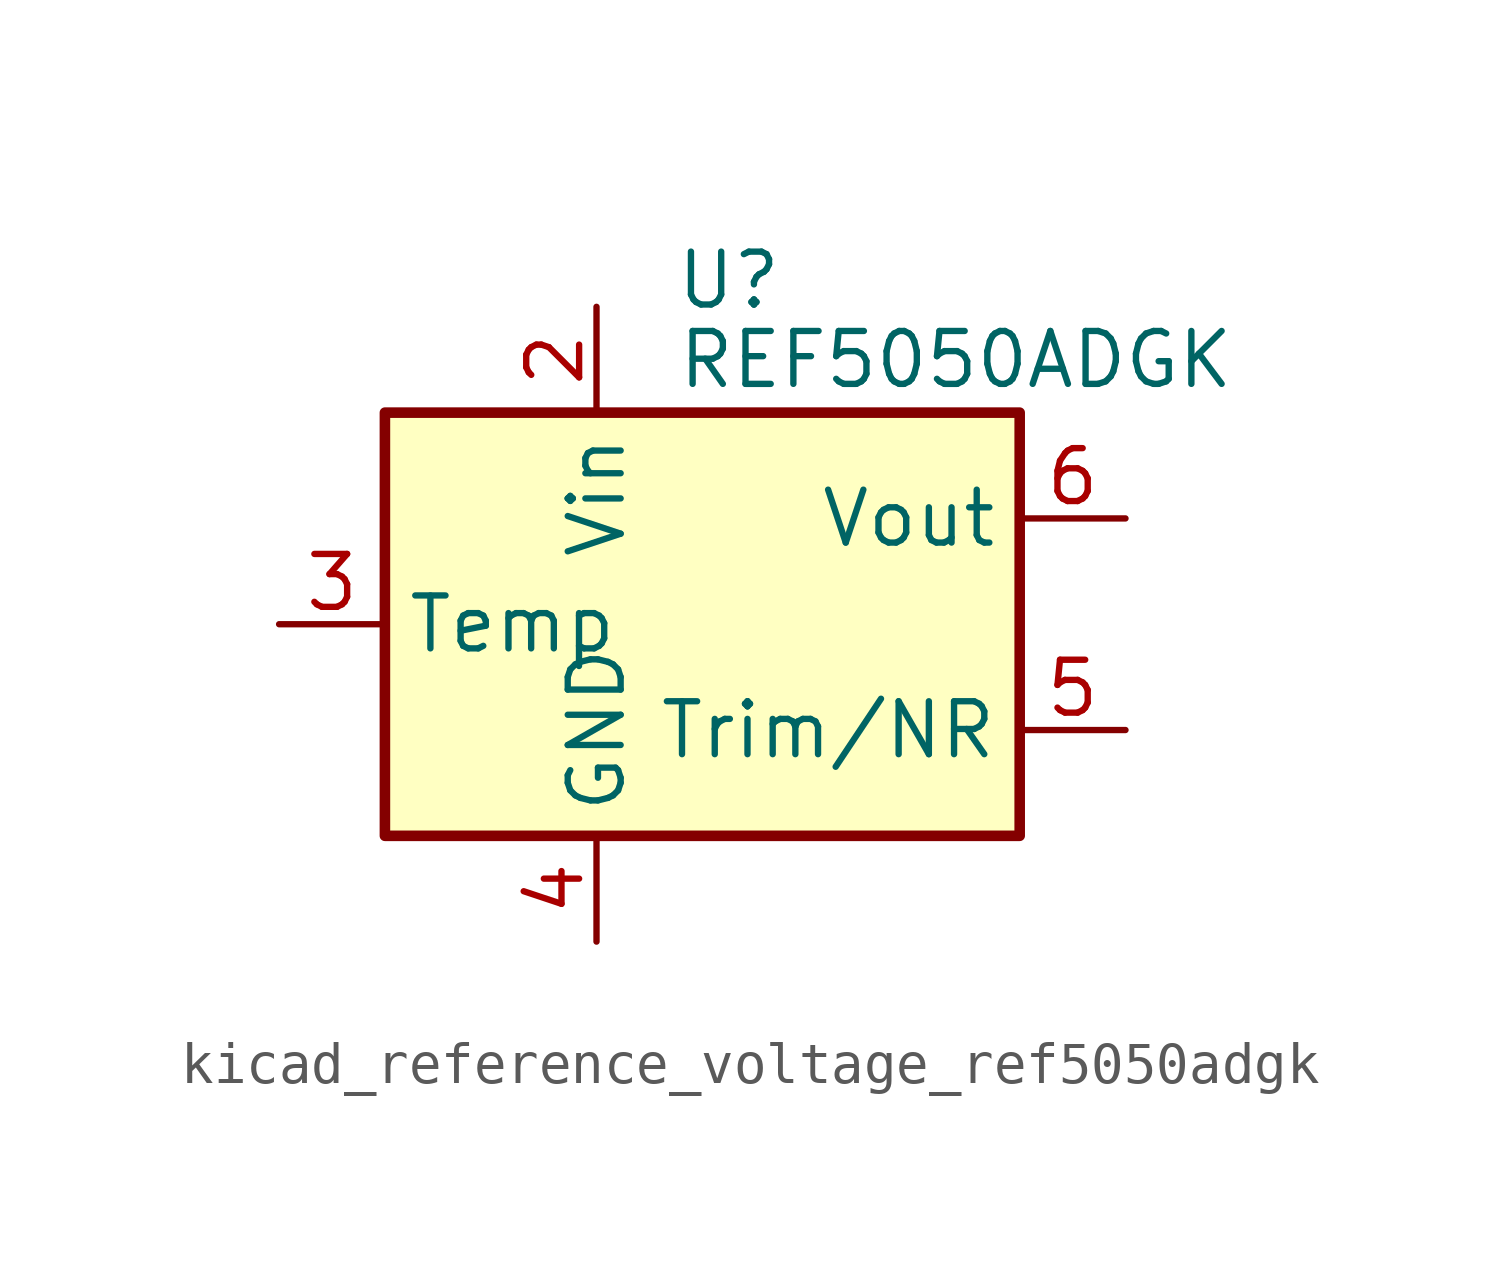
<source format=kicad_sym>
(kicad_symbol_lib
  (version 20220914)
  (generator kicad_symbol_editor)
  (symbol "kicad_reference_voltage_ref5050adgk"
    (property "Reference" "U"
      (at 0.635 8.255 0)
      (effects (font (size 1.27 1.27))))
    (property "Value" "REF5050ADGK"
      (at -0.635 6.35 0)
      (effects (font (size 1.27 1.27)) (justify left)))
    (symbol "kicad_reference_voltage_ref5050adgk_0_1"
      (rectangle (start -7.62 5.08) (end 7.62 -5.08) (stroke (width 0.254) (type default)) (fill (type background))))
    (symbol "kicad_reference_voltage_ref5050adgk_1_1"
      (pin no_connect line (at -7.62 2.54 0) (length 2.54) hide (name "DNC" (effects (font (size 1.27 1.27)))) (number "1" (effects (font (size 1.27 1.27)))))
      (pin power_in line (at -2.54 7.62 270) (length 2.54) (name "Vin" (effects (font (size 1.27 1.27)))) (number "2" (effects (font (size 1.27 1.27)))))
      (pin passive line (at -10.16 0 0) (length 2.54) (name "Temp" (effects (font (size 1.27 1.27)))) (number "3" (effects (font (size 1.27 1.27)))))
      (pin power_in line (at -2.54 -7.62 90) (length 2.54) (name "GND" (effects (font (size 1.27 1.27)))) (number "4" (effects (font (size 1.27 1.27)))))
      (pin passive line (at 10.16 -2.54 180) (length 2.54) (name "Trim/NR" (effects (font (size 1.27 1.27)))) (number "5" (effects (font (size 1.27 1.27)))))
      (pin power_out line (at 10.16 2.54 180) (length 2.54) (name "Vout" (effects (font (size 1.27 1.27)))) (number "6" (effects (font (size 1.27 1.27)))))
      (pin no_connect line (at -5.08 -5.08 90) (length 2.54) hide (name "NC" (effects (font (size 1.27 1.27)))) (number "7" (effects (font (size 1.27 1.27)))))
      (pin no_connect line (at 7.62 0 180) (length 2.54) hide (name "DNC" (effects (font (size 1.27 1.27)))) (number "8" (effects (font (size 1.27 1.27))))))))
</source>
